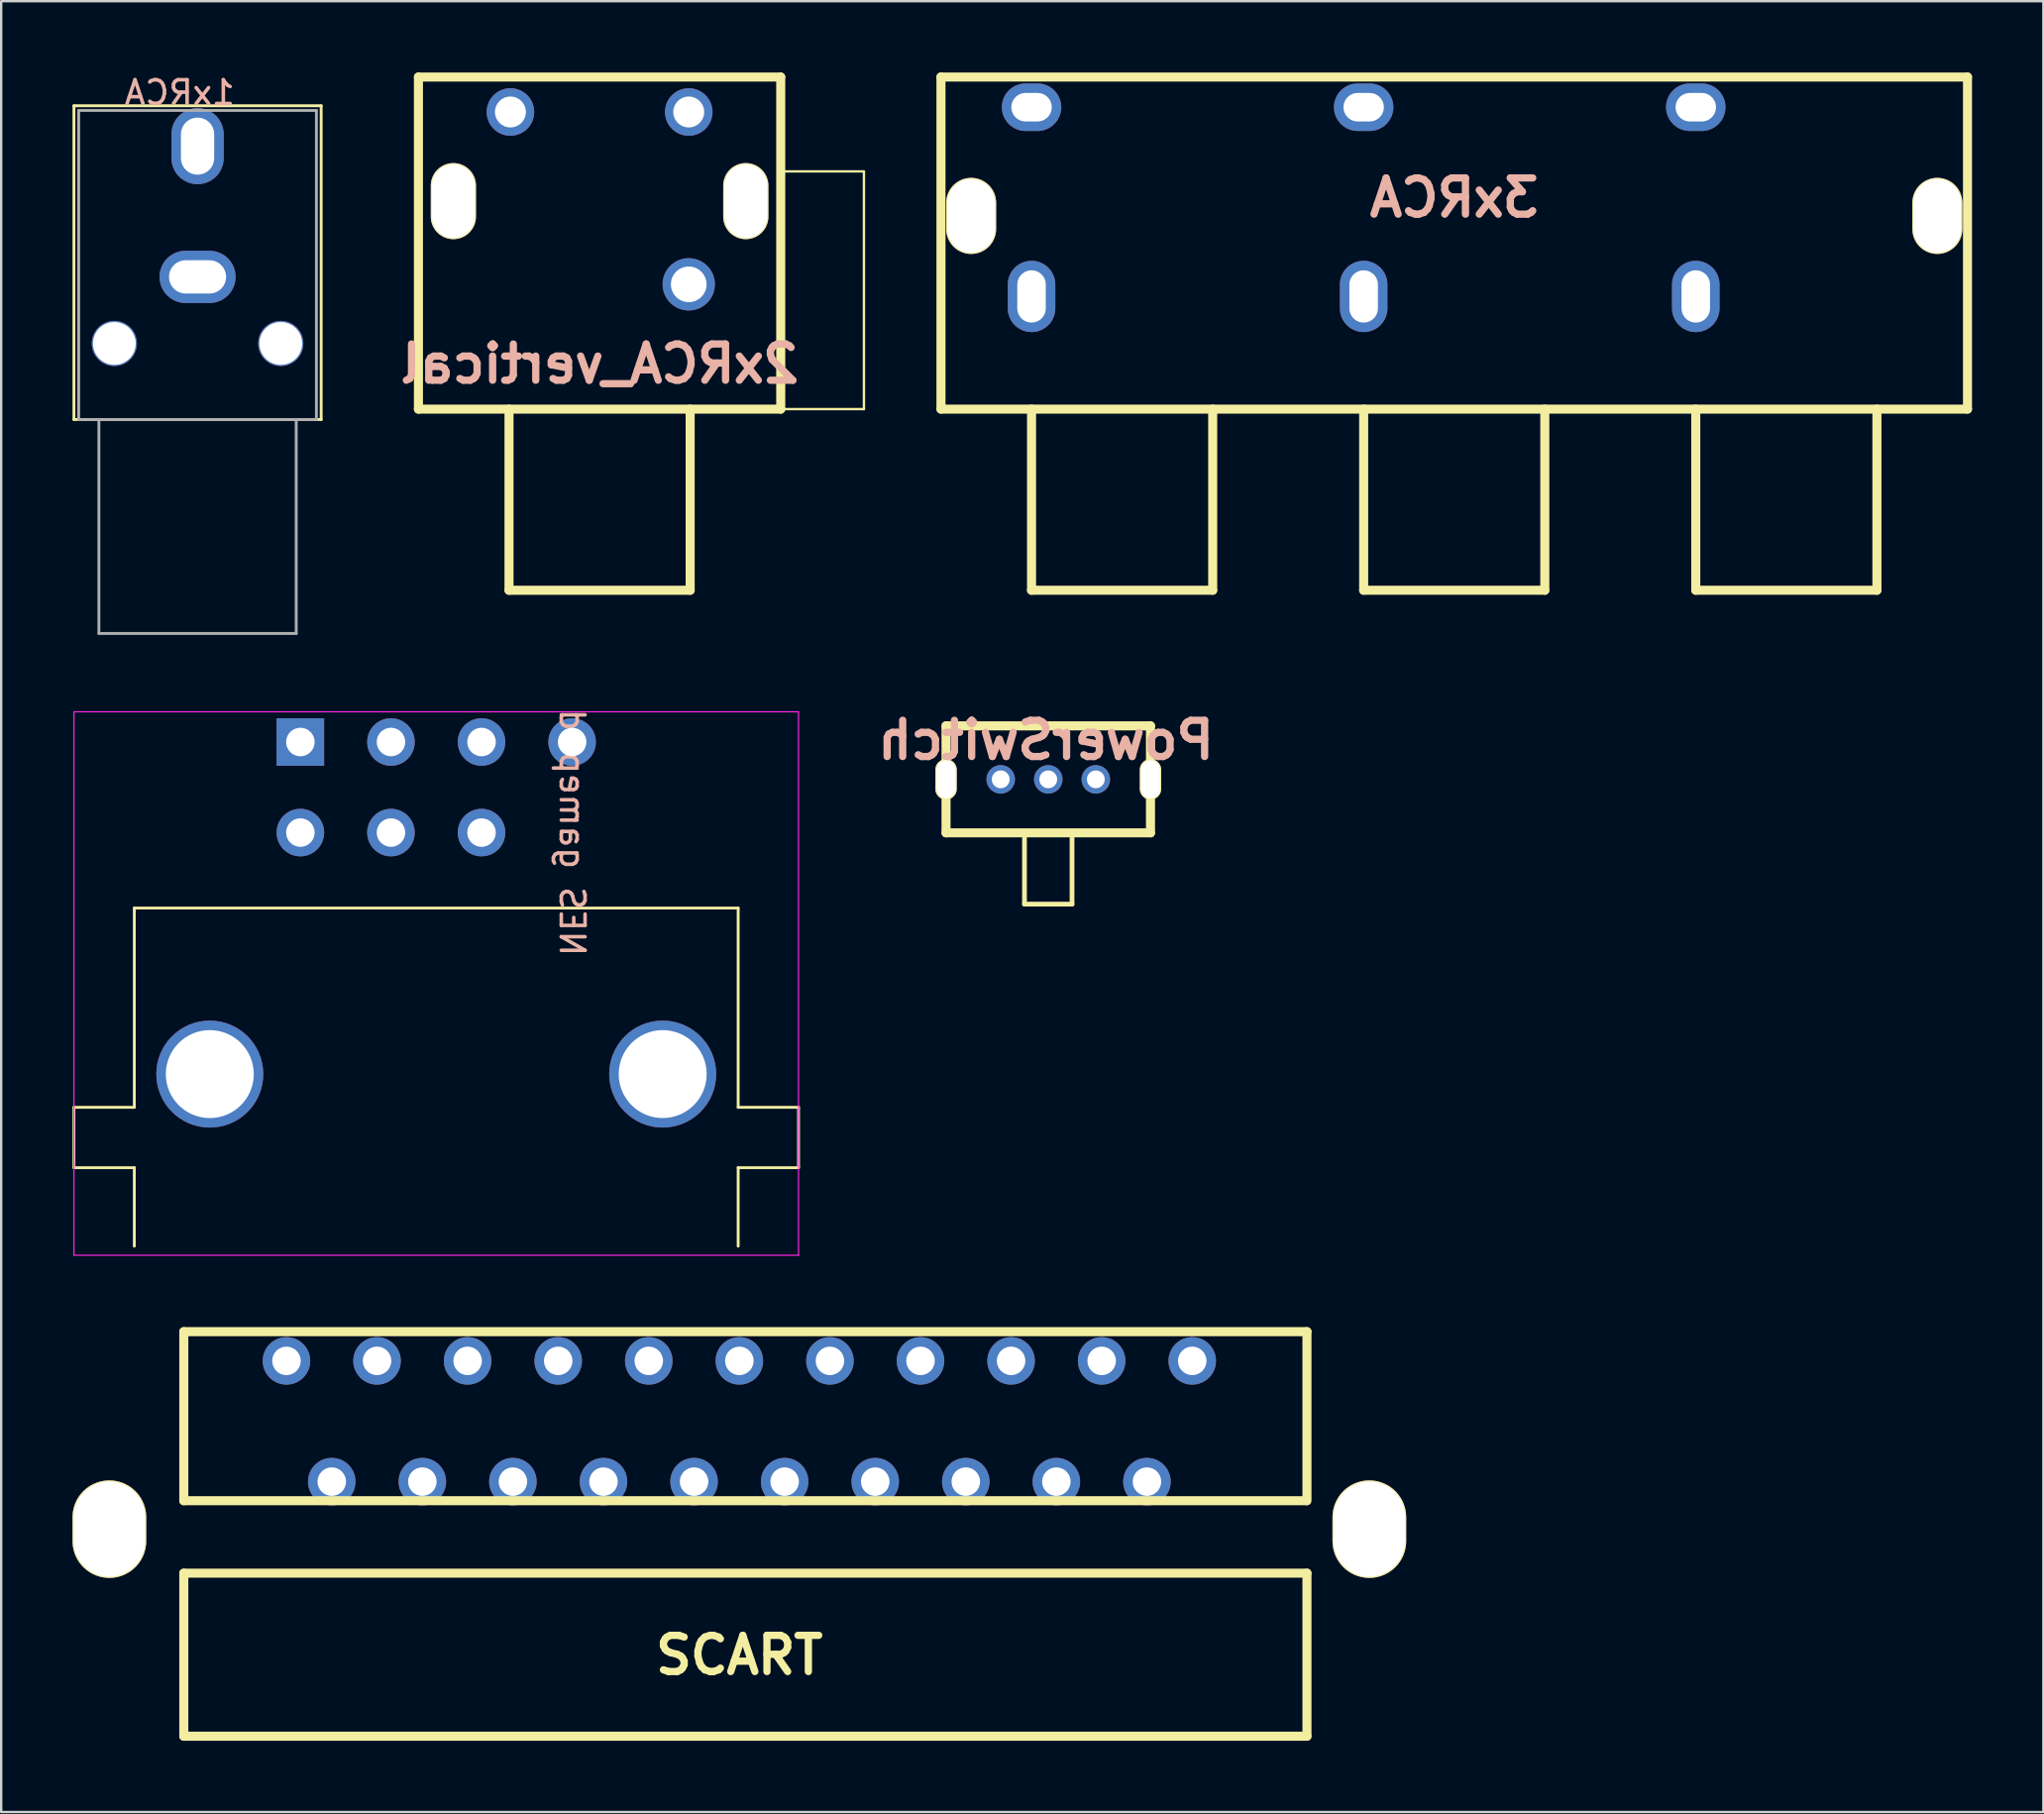
<source format=kicad_pcb>
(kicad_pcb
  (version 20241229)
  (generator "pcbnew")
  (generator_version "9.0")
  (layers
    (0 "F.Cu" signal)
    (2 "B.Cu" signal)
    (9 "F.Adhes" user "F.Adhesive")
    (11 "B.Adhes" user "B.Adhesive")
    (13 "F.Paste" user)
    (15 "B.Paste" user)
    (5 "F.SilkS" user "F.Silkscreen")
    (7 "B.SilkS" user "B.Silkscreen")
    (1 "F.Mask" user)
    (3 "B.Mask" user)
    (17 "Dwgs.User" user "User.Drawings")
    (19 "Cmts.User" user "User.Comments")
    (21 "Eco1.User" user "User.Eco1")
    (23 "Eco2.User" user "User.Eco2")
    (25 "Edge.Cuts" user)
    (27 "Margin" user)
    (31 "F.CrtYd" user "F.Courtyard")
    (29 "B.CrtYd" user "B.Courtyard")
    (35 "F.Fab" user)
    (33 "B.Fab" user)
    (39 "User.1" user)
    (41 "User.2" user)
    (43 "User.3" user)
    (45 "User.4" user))
  (footprint "NES gamepad"
    (layer "F.Cu")
    (at 9.585 28.164)
    (property "Reference" "NES gamepad" (at 11.43 3.81 270) (unlocked yes) (layer "B.SilkS") (effects (font (size 1 1) (thickness 0.15)) (justify mirror)))
    (attr through_hole)
    (fp_line (start -9.525 15.367) (end -9.525 17.907) (stroke (width 0.12) (type solid)) (layer "F.SilkS"))
    (fp_line (start -9.525 17.907) (end -6.985 17.907) (stroke (width 0.12) (type solid)) (layer "F.SilkS"))
    (fp_line (start -6.985 6.985) (end 18.415 6.985) (stroke (width 0.12) (type solid)) (layer "F.SilkS"))
    (fp_line (start -6.985 15.367) (end -9.525 15.367) (stroke (width 0.12) (type solid)) (layer "F.SilkS"))
    (fp_line (start -6.985 15.367) (end -6.985 6.985) (stroke (width 0.12) (type solid)) (layer "F.SilkS"))
    (fp_line (start -6.985 17.907) (end -6.985 21.209) (stroke (width 0.12) (type solid)) (layer "F.SilkS"))
    (fp_line (start 18.415 15.367) (end 18.415 6.985) (stroke (width 0.12) (type solid)) (layer "F.SilkS"))
    (fp_line (start 18.415 17.907) (end 18.415 21.209) (stroke (width 0.12) (type solid)) (layer "F.SilkS"))
    (fp_line (start 18.415 17.907) (end 20.955 17.907) (stroke (width 0.12) (type solid)) (layer "F.SilkS"))
    (fp_line (start 20.955 15.367) (end 18.415 15.367) (stroke (width 0.12) (type solid)) (layer "F.SilkS"))
    (fp_line (start 20.955 17.907) (end 20.955 15.367) (stroke (width 0.12) (type solid)) (layer "F.SilkS"))
    (fp_line (start -9.525 -1.27) (end -9.525 21.59) (stroke (width 0.05) (type solid)) (layer "F.CrtYd"))
    (fp_line (start -9.525 21.59) (end 20.955 21.59) (stroke (width 0.05) (type solid)) (layer "F.CrtYd"))
    (fp_line (start 20.955 -1.27) (end -9.525 -1.27) (stroke (width 0.05) (type solid)) (layer "F.CrtYd"))
    (fp_line (start 20.955 21.59) (end 20.955 -1.27) (stroke (width 0.05) (type solid)) (layer "F.CrtYd"))
    (pad "0" thru_hole circle (at -3.81 13.97) (size 4.5 4.5) (drill 3.7) (layers "*.Cu" "*.Mask"))
    (pad "0" thru_hole circle (at 15.24 13.97) (size 4.5 4.5) (drill 3.7) (layers "*.Cu" "*.Mask"))
    (pad "1" thru_hole rect (at 0 0) (size 2 2) (drill 1.2) (layers "*.Cu" "*.Mask"))
    (pad "2" thru_hole circle (at 0 3.81) (size 2 2) (drill 1.2) (layers "*.Cu" "*.Mask"))
    (pad "3" thru_hole circle (at 3.81 0) (size 2 2) (drill 1.2) (layers "*.Cu" "*.Mask"))
    (pad "4" thru_hole circle (at 3.81 3.81) (size 2 2) (drill 1.2) (layers "*.Cu" "*.Mask"))
    (pad "5" thru_hole circle (at 7.62 0) (size 2 2) (drill 1.2) (layers "*.Cu" "*.Mask"))
    (pad "6" thru_hole circle (at 7.62 3.81) (size 2 2) (drill 1.2) (layers "*.Cu" "*.Mask"))
    (pad "7" thru_hole circle (at 11.43 0) (size 2 2) (drill 1.2) (layers "*.Cu" "*.Mask")))
  (footprint "2xRCA_vertical"
    (layer "F.Cu")
    (at 17.091 14.161)
    (property "Reference" "2xRCA_vertical" (at 5.08 -1.905 0) (unlocked yes) (layer "B.SilkS") (effects (font (size 1.524 1.524) (thickness 0.305)) (justify mirror)))
    (attr through_hole)
    (fp_line (start -2.54 -13.97) (end 12.7 -13.97) (stroke (width 0.381) (type solid)) (layer "F.SilkS"))
    (fp_line (start -2.54 0) (end -2.54 -13.97) (stroke (width 0.381) (type solid)) (layer "F.SilkS"))
    (fp_line (start -2.54 0) (end 12.7 0) (stroke (width 0.381) (type solid)) (layer "F.SilkS"))
    (fp_line (start 1.27 0) (end 1.27 7.62) (stroke (width 0.381) (type solid)) (layer "F.SilkS"))
    (fp_line (start 8.89 0) (end 8.89 7.62) (stroke (width 0.381) (type solid)) (layer "F.SilkS"))
    (fp_line (start 8.89 7.62) (end 1.27 7.62) (stroke (width 0.381) (type solid)) (layer "F.SilkS"))
    (fp_line (start 12.7 -13.97) (end 12.7 0) (stroke (width 0.381) (type solid)) (layer "F.SilkS"))
    (fp_line (start 12.7 0) (end 16.2 0) (stroke (width 0.1) (type default)) (layer "F.SilkS"))
    (fp_line (start 16.2 -10) (end 12.7 -10) (stroke (width 0.1) (type default)) (layer "F.SilkS"))
    (fp_line (start 16.2 0) (end 16.2 -10) (stroke (width 0.1) (type default)) (layer "F.SilkS"))
    (pad "" np_thru_hole oval (at -1.07 -8.75) (size 1.9 3.2) (drill oval 1.8 3.1) (layers "*.Cu" "*.Mask" "F.SilkS"))
    (pad "" np_thru_hole oval (at 11.23 -8.75) (size 1.9 3.2) (drill oval 1.8 3.1) (layers "*.Cu" "*.Mask" "F.SilkS"))
    (pad "1" thru_hole circle (at 8.83 -12.5) (size 2 2) (drill 1.3) (layers "*.Cu" "*.Mask"))
    (pad "2" thru_hole circle (at 1.33 -12.5) (size 2 2) (drill 1.3) (layers "*.Cu" "*.Mask"))
    (pad "3" thru_hole circle (at 8.83 -5.25) (size 2.2 2.2) (drill 1.5) (layers "*.Cu" "*.Mask")))
  (footprint "PowerSwitch"
    (layer "F.Cu")
    (at 36.744 27.485)
    (property "Reference" "PowerSwitch" (at 4.2 0.6 0) (unlocked yes) (layer "B.SilkS") (effects (font (size 1.524 1.524) (thickness 0.305)) (justify mirror)))
    (attr through_hole)
    (fp_line (start 0 0) (end 8.6 0) (stroke (width 0.381) (type solid)) (layer "F.SilkS"))
    (fp_line (start 0 4.5) (end 0 0) (stroke (width 0.381) (type solid)) (layer "F.SilkS"))
    (fp_line (start 0 4.5) (end 8.6 4.5) (stroke (width 0.381) (type solid)) (layer "F.SilkS"))
    (fp_line (start 3.3 4.5) (end 3.3 7.5) (stroke (width 0.2) (type solid)) (layer "F.SilkS"))
    (fp_line (start 3.3 7.5) (end 5.3 7.5) (stroke (width 0.2) (type solid)) (layer "F.SilkS"))
    (fp_line (start 5.3 4.5) (end 5.3 7.5) (stroke (width 0.2) (type solid)) (layer "F.SilkS"))
    (fp_line (start 8.6 4.5) (end 8.6 0) (stroke (width 0.381) (type solid)) (layer "F.SilkS"))
    (pad "" np_thru_hole oval (at 0 2.25) (size 0.9 1.7) (drill oval 0.8 1.6) (layers "*.Cu" "*.Mask" "F.SilkS"))
    (pad "" np_thru_hole oval (at 8.6 2.25) (size 0.9 1.7) (drill oval 0.8 1.6) (layers "*.Cu" "*.Mask" "F.SilkS"))
    (pad "1" thru_hole circle (at 2.3 2.25) (size 1.2 1.2) (drill 0.75) (layers "*.Cu" "*.Mask"))
    (pad "2" thru_hole circle (at 4.3 2.25) (size 1.2 1.2) (drill 0.75) (layers "*.Cu" "*.Mask"))
    (pad "3" thru_hole circle (at 6.3 2.25) (size 1.2 1.2) (drill 0.75) (layers "*.Cu" "*.Mask")))
  (footprint "1xRCA"
    (layer "F.Cu")
    (at 5.26 1.598)
    (property "Reference" "1xRCA" (at -0.75 -0.75 0) (unlocked yes) (layer "B.SilkS") (effects (font (size 1 1) (thickness 0.15)) (justify mirror)))
    (attr through_hole)
    (fp_line (start -5.2 -0.2) (end 5.2 -0.2) (stroke (width 0.12) (type solid)) (layer "F.SilkS"))
    (fp_line (start -5.2 13) (end -5.2 -0.2) (stroke (width 0.12) (type solid)) (layer "F.SilkS"))
    (fp_line (start 5.2 -0.2) (end 5.2 13) (stroke (width 0.12) (type solid)) (layer "F.SilkS"))
    (fp_line (start 5.2 13) (end -5.2 13) (stroke (width 0.12) (type solid)) (layer "F.SilkS"))
    (fp_line (start -5 0) (end -5 13) (stroke (width 0.12) (type solid)) (layer "F.Fab"))
    (fp_line (start -5 13) (end 5 13) (stroke (width 0.12) (type solid)) (layer "F.Fab"))
    (fp_line (start -4.15 13) (end -4.15 22) (stroke (width 0.12) (type solid)) (layer "F.Fab"))
    (fp_line (start -4.15 22) (end 4.15 22) (stroke (width 0.12) (type solid)) (layer "F.Fab"))
    (fp_line (start 4.15 22) (end 4.15 13) (stroke (width 0.12) (type solid)) (layer "F.Fab"))
    (fp_line (start 5 0) (end -5 0) (stroke (width 0.12) (type solid)) (layer "F.Fab"))
    (fp_line (start 5 13) (end 5 0) (stroke (width 0.12) (type solid)) (layer "F.Fab"))
    (pad "" np_thru_hole circle (at -3.5 9.8) (size 1.9 1.9) (drill 1.8) (layers "*.Cu" "*.Mask"))
    (pad "" np_thru_hole circle (at 3.5 9.8) (size 1.9 1.9) (drill 1.8) (layers "*.Cu" "*.Mask"))
    (pad "1" thru_hole oval (at 0 7 90) (size 2.2 3.2) (drill oval 1.4 2.4) (layers "*.Cu" "*.Mask"))
    (pad "2" thru_hole oval (at 0 1.5) (size 2.2 3.2) (drill oval 1.4 2.4) (layers "*.Cu" "*.Mask")))
  (footprint "SCART"
    (layer "F.Cu")
    (at 28.05 61.478)
    (property "Reference" "SCART" (at 0 5.1 0) (layer "F.SilkS") (effects (font (size 1.524 1.524) (thickness 0.305))))
    (attr through_hole)
    (fp_line (start -23.368 -8.509) (end 23.876 -8.509) (stroke (width 0.381) (type solid)) (layer "F.SilkS"))
    (fp_line (start -23.368 -1.397) (end -23.368 -8.509) (stroke (width 0.381) (type solid)) (layer "F.SilkS"))
    (fp_line (start -23.368 -1.397) (end 23.851 -1.397) (stroke (width 0.381) (type solid)) (layer "F.SilkS"))
    (fp_line (start -23.368 8.509) (end -23.368 1.651) (stroke (width 0.381) (type solid)) (layer "F.SilkS"))
    (fp_line (start -23.368 8.509) (end 23.876 8.509) (stroke (width 0.381) (type solid)) (layer "F.SilkS"))
    (fp_line (start 23.876 -8.509) (end 23.876 -1.397) (stroke (width 0.381) (type solid)) (layer "F.SilkS"))
    (fp_line (start 23.876 1.651) (end -23.368 1.651) (stroke (width 0.381) (type solid)) (layer "F.SilkS"))
    (fp_line (start 23.876 8.509) (end 23.876 1.651) (stroke (width 0.381) (type solid)) (layer "F.SilkS"))
    (pad "" np_thru_hole oval (at -26.5 -0.201) (size 3.1 4.1) (drill oval 3 4) (layers "*.Cu" "*.Mask" "F.SilkS"))
    (pad "" np_thru_hole oval (at 26.5 -0.201) (size 3.1 4.1) (drill oval 3 4) (layers "*.Cu" "*.Mask" "F.SilkS"))
    (pad "1" thru_hole circle (at 19.05 -7.28) (size 1.999 1.999) (drill 1.199) (layers "*.Cu" "*.Mask"))
    (pad "2" thru_hole circle (at 17.145 -2.2) (size 1.999 1.999) (drill 1.199) (layers "*.Cu" "*.Mask"))
    (pad "3" thru_hole circle (at 15.24 -7.28) (size 1.999 1.999) (drill 1.199) (layers "*.Cu" "*.Mask"))
    (pad "4" thru_hole circle (at 13.335 -2.2) (size 1.999 1.999) (drill 1.199) (layers "*.Cu" "*.Mask"))
    (pad "5" thru_hole circle (at 11.43 -7.28) (size 1.999 1.999) (drill 1.199) (layers "*.Cu" "*.Mask"))
    (pad "6" thru_hole circle (at 9.525 -2.2) (size 1.999 1.999) (drill 1.199) (layers "*.Cu" "*.Mask"))
    (pad "7" thru_hole circle (at 7.62 -7.28) (size 1.999 1.999) (drill 1.199) (layers "*.Cu" "*.Mask"))
    (pad "8" thru_hole circle (at 5.715 -2.2) (size 1.999 1.999) (drill 1.199) (layers "*.Cu" "*.Mask"))
    (pad "9" thru_hole circle (at 3.81 -7.28) (size 1.999 1.999) (drill 1.199) (layers "*.Cu" "*.Mask"))
    (pad "10" thru_hole circle (at 1.905 -2.2) (size 1.999 1.999) (drill 1.199) (layers "*.Cu" "*.Mask"))
    (pad "11" thru_hole circle (at 0 -7.28) (size 1.999 1.999) (drill 1.199) (layers "*.Cu" "*.Mask"))
    (pad "12" thru_hole circle (at -1.905 -2.2) (size 1.999 1.999) (drill 1.199) (layers "*.Cu" "*.Mask"))
    (pad "13" thru_hole circle (at -3.81 -7.28) (size 1.999 1.999) (drill 1.199) (layers "*.Cu" "*.Mask"))
    (pad "14" thru_hole circle (at -5.715 -2.2) (size 1.999 1.999) (drill 1.199) (layers "*.Cu" "*.Mask"))
    (pad "15" thru_hole circle (at -7.62 -7.28) (size 1.999 1.999) (drill 1.199) (layers "*.Cu" "*.Mask"))
    (pad "16" thru_hole circle (at -9.525 -2.2) (size 1.999 1.999) (drill 1.199) (layers "*.Cu" "*.Mask"))
    (pad "17" thru_hole circle (at -11.43 -7.28) (size 1.999 1.999) (drill 1.199) (layers "*.Cu" "*.Mask"))
    (pad "18" thru_hole circle (at -13.335 -2.2) (size 1.999 1.999) (drill 1.199) (layers "*.Cu" "*.Mask"))
    (pad "19" thru_hole circle (at -15.24 -7.28) (size 1.999 1.999) (drill 1.199) (layers "*.Cu" "*.Mask"))
    (pad "20" thru_hole circle (at -17.145 -2.2) (size 1.999 1.999) (drill 1.199) (layers "*.Cu" "*.Mask"))
    (pad "21" thru_hole circle (at -19.05 -7.28) (size 1.999 1.999) (drill 1.199) (layers "*.Cu" "*.Mask")))
  (footprint "3xRCA"
    (layer "F.Cu")
    (at 54.311 11.62)
    (property "Reference" "3xRCA" (at 3.81 -6.35 0) (unlocked yes) (layer "B.SilkS") (effects (font (size 1.524 1.524) (thickness 0.305)) (justify mirror)))
    (attr through_hole)
    (fp_line (start -17.78 -11.43) (end 25.4 -11.43) (stroke (width 0.381) (type solid)) (layer "F.SilkS"))
    (fp_line (start -17.78 2.54) (end -17.78 -11.43) (stroke (width 0.381) (type solid)) (layer "F.SilkS"))
    (fp_line (start -17.78 2.54) (end 25.4 2.54) (stroke (width 0.381) (type solid)) (layer "F.SilkS"))
    (fp_line (start -13.97 2.54) (end -13.97 10.16) (stroke (width 0.381) (type solid)) (layer "F.SilkS"))
    (fp_line (start -6.35 2.54) (end -6.35 10.16) (stroke (width 0.381) (type solid)) (layer "F.SilkS"))
    (fp_line (start -6.35 10.16) (end -13.97 10.16) (stroke (width 0.381) (type solid)) (layer "F.SilkS"))
    (fp_line (start 0 2.54) (end 0 10.16) (stroke (width 0.381) (type solid)) (layer "F.SilkS"))
    (fp_line (start 7.62 2.54) (end 7.62 10.16) (stroke (width 0.381) (type solid)) (layer "F.SilkS"))
    (fp_line (start 7.62 10.16) (end 0 10.16) (stroke (width 0.381) (type solid)) (layer "F.SilkS"))
    (fp_line (start 13.97 2.54) (end 13.97 10.16) (stroke (width 0.381) (type solid)) (layer "F.SilkS"))
    (fp_line (start 21.59 2.54) (end 21.59 10.16) (stroke (width 0.381) (type solid)) (layer "F.SilkS"))
    (fp_line (start 21.59 10.16) (end 13.97 10.16) (stroke (width 0.381) (type solid)) (layer "F.SilkS"))
    (fp_line (start 25.4 -11.43) (end 25.4 2.54) (stroke (width 0.381) (type solid)) (layer "F.SilkS"))
    (pad "" np_thru_hole oval (at -16.51 -5.588) (size 2.1 3.2) (drill oval 2 3.1) (layers "*.Cu" "*.Mask" "F.SilkS"))
    (pad "" np_thru_hole oval (at 24.13 -5.588) (size 2.1 3.2) (drill oval 2 3.1) (layers "*.Cu" "*.Mask" "F.SilkS"))
    (pad "1" thru_hole oval (at 13.97 -10.16) (size 2.499 1.999) (drill oval 1.699 1.199) (layers "*.Cu" "*.Mask"))
    (pad "2" thru_hole oval (at 13.97 -2.2) (size 1.999 2.999) (drill oval 1.199 2.199) (layers "*.Cu" "*.Mask"))
    (pad "3" thru_hole oval (at 0 -10.16) (size 2.499 1.999) (drill oval 1.699 1.199) (layers "*.Cu" "*.Mask"))
    (pad "4" thru_hole oval (at 0 -2.2) (size 1.999 2.999) (drill oval 1.199 2.199) (layers "*.Cu" "*.Mask"))
    (pad "5" thru_hole oval (at -13.97 -10.16) (size 2.499 1.999) (drill oval 1.699 1.199) (layers "*.Cu" "*.Mask"))
    (pad "6" thru_hole oval (at -13.97 -2.2) (size 1.999 2.999) (drill oval 1.199 2.199) (layers "*.Cu" "*.Mask")))
  (gr_rect
    (start -3 -3)
    (end 82.902 73.178)
    (stroke (width 0.1) (type default))
    (fill no)
    (layer "Edge.Cuts")))
</source>
